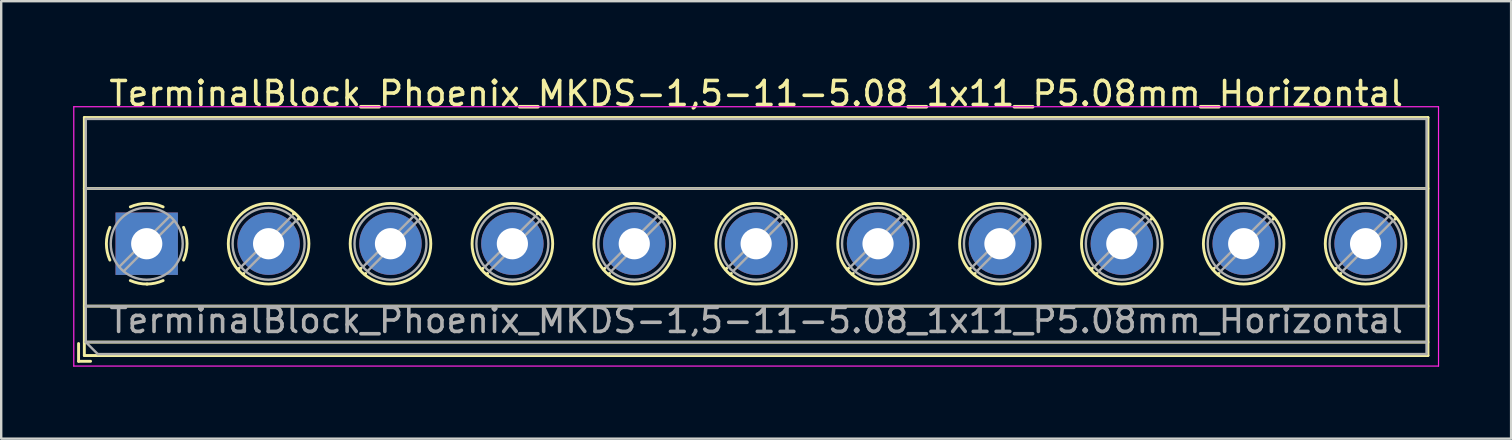
<source format=kicad_pcb>
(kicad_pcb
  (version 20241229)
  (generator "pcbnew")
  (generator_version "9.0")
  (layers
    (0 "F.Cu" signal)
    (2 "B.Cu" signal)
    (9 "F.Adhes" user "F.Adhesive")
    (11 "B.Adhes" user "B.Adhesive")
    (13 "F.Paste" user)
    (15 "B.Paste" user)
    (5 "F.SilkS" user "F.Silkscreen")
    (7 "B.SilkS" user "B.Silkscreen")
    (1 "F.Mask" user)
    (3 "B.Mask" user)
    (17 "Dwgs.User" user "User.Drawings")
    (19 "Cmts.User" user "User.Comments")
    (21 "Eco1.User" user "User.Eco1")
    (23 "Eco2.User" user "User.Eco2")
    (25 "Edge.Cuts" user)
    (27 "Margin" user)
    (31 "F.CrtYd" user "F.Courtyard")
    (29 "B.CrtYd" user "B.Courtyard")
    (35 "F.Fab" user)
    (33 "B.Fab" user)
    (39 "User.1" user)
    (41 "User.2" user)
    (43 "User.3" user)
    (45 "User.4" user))
  (footprint "TerminalBlock_Phoenix_MKDS-1,5-11-5.08_1x11_P5.08mm_Horizontal"
    (layer "F.Cu")
    (at 3.065 7.108)
    (property "Reference" "TerminalBlock_Phoenix_MKDS-1,5-11-5.08_1x11_P5.08mm_Horizontal" (at 25.4 -6.26 0) (layer "F.SilkS") (effects (font (size 1 1) (thickness 0.15))))
    (attr through_hole)
    (fp_line (start -2.84 4.16) (end -2.84 4.9) (stroke (width 0.12) (type solid)) (layer "F.SilkS"))
    (fp_line (start -2.84 4.9) (end -2.34 4.9) (stroke (width 0.12) (type solid)) (layer "F.SilkS"))
    (fp_line (start -2.6 -5.261) (end -2.6 4.66) (stroke (width 0.12) (type solid)) (layer "F.SilkS"))
    (fp_line (start -2.6 -5.261) (end 53.4 -5.261) (stroke (width 0.12) (type solid)) (layer "F.SilkS"))
    (fp_line (start -2.6 -2.301) (end 53.4 -2.301) (stroke (width 0.12) (type solid)) (layer "F.SilkS"))
    (fp_line (start -2.6 2.6) (end 53.4 2.6) (stroke (width 0.12) (type solid)) (layer "F.SilkS"))
    (fp_line (start -2.6 4.1) (end 53.4 4.1) (stroke (width 0.12) (type solid)) (layer "F.SilkS"))
    (fp_line (start -2.6 4.66) (end 53.4 4.66) (stroke (width 0.12) (type solid)) (layer "F.SilkS"))
    (fp_line (start 3.853 1.023) (end 3.806 1.069) (stroke (width 0.12) (type solid)) (layer "F.SilkS"))
    (fp_line (start 4.046 1.239) (end 4.011 1.274) (stroke (width 0.12) (type solid)) (layer "F.SilkS"))
    (fp_line (start 6.15 -1.275) (end 6.115 -1.239) (stroke (width 0.12) (type solid)) (layer "F.SilkS"))
    (fp_line (start 6.355 -1.069) (end 6.308 -1.023) (stroke (width 0.12) (type solid)) (layer "F.SilkS"))
    (fp_line (start 8.933 1.023) (end 8.886 1.069) (stroke (width 0.12) (type solid)) (layer "F.SilkS"))
    (fp_line (start 9.126 1.239) (end 9.091 1.274) (stroke (width 0.12) (type solid)) (layer "F.SilkS"))
    (fp_line (start 11.23 -1.275) (end 11.195 -1.239) (stroke (width 0.12) (type solid)) (layer "F.SilkS"))
    (fp_line (start 11.435 -1.069) (end 11.388 -1.023) (stroke (width 0.12) (type solid)) (layer "F.SilkS"))
    (fp_line (start 14.013 1.023) (end 13.966 1.069) (stroke (width 0.12) (type solid)) (layer "F.SilkS"))
    (fp_line (start 14.206 1.239) (end 14.171 1.274) (stroke (width 0.12) (type solid)) (layer "F.SilkS"))
    (fp_line (start 16.31 -1.275) (end 16.275 -1.239) (stroke (width 0.12) (type solid)) (layer "F.SilkS"))
    (fp_line (start 16.515 -1.069) (end 16.468 -1.023) (stroke (width 0.12) (type solid)) (layer "F.SilkS"))
    (fp_line (start 19.093 1.023) (end 19.046 1.069) (stroke (width 0.12) (type solid)) (layer "F.SilkS"))
    (fp_line (start 19.286 1.239) (end 19.251 1.274) (stroke (width 0.12) (type solid)) (layer "F.SilkS"))
    (fp_line (start 21.39 -1.275) (end 21.355 -1.239) (stroke (width 0.12) (type solid)) (layer "F.SilkS"))
    (fp_line (start 21.595 -1.069) (end 21.548 -1.023) (stroke (width 0.12) (type solid)) (layer "F.SilkS"))
    (fp_line (start 24.173 1.023) (end 24.126 1.069) (stroke (width 0.12) (type solid)) (layer "F.SilkS"))
    (fp_line (start 24.366 1.239) (end 24.331 1.274) (stroke (width 0.12) (type solid)) (layer "F.SilkS"))
    (fp_line (start 26.47 -1.275) (end 26.435 -1.239) (stroke (width 0.12) (type solid)) (layer "F.SilkS"))
    (fp_line (start 26.675 -1.069) (end 26.628 -1.023) (stroke (width 0.12) (type solid)) (layer "F.SilkS"))
    (fp_line (start 29.253 1.023) (end 29.206 1.069) (stroke (width 0.12) (type solid)) (layer "F.SilkS"))
    (fp_line (start 29.446 1.239) (end 29.411 1.274) (stroke (width 0.12) (type solid)) (layer "F.SilkS"))
    (fp_line (start 31.55 -1.275) (end 31.515 -1.239) (stroke (width 0.12) (type solid)) (layer "F.SilkS"))
    (fp_line (start 31.755 -1.069) (end 31.708 -1.023) (stroke (width 0.12) (type solid)) (layer "F.SilkS"))
    (fp_line (start 34.333 1.023) (end 34.286 1.069) (stroke (width 0.12) (type solid)) (layer "F.SilkS"))
    (fp_line (start 34.526 1.239) (end 34.491 1.274) (stroke (width 0.12) (type solid)) (layer "F.SilkS"))
    (fp_line (start 36.63 -1.275) (end 36.595 -1.239) (stroke (width 0.12) (type solid)) (layer "F.SilkS"))
    (fp_line (start 36.835 -1.069) (end 36.788 -1.023) (stroke (width 0.12) (type solid)) (layer "F.SilkS"))
    (fp_line (start 39.413 1.023) (end 39.366 1.069) (stroke (width 0.12) (type solid)) (layer "F.SilkS"))
    (fp_line (start 39.606 1.239) (end 39.571 1.274) (stroke (width 0.12) (type solid)) (layer "F.SilkS"))
    (fp_line (start 41.71 -1.275) (end 41.675 -1.239) (stroke (width 0.12) (type solid)) (layer "F.SilkS"))
    (fp_line (start 41.915 -1.069) (end 41.868 -1.023) (stroke (width 0.12) (type solid)) (layer "F.SilkS"))
    (fp_line (start 44.493 1.023) (end 44.446 1.069) (stroke (width 0.12) (type solid)) (layer "F.SilkS"))
    (fp_line (start 44.686 1.239) (end 44.651 1.274) (stroke (width 0.12) (type solid)) (layer "F.SilkS"))
    (fp_line (start 46.79 -1.275) (end 46.755 -1.239) (stroke (width 0.12) (type solid)) (layer "F.SilkS"))
    (fp_line (start 46.995 -1.069) (end 46.948 -1.023) (stroke (width 0.12) (type solid)) (layer "F.SilkS"))
    (fp_line (start 49.573 1.023) (end 49.526 1.069) (stroke (width 0.12) (type solid)) (layer "F.SilkS"))
    (fp_line (start 49.766 1.239) (end 49.731 1.274) (stroke (width 0.12) (type solid)) (layer "F.SilkS"))
    (fp_line (start 51.87 -1.275) (end 51.835 -1.239) (stroke (width 0.12) (type solid)) (layer "F.SilkS"))
    (fp_line (start 52.075 -1.069) (end 52.028 -1.023) (stroke (width 0.12) (type solid)) (layer "F.SilkS"))
    (fp_line (start 53.4 -5.261) (end 53.4 4.66) (stroke (width 0.12) (type solid)) (layer "F.SilkS"))
    (fp_arc (start -1.535427 0.683042) (mid -1.680501 -0.000524) (end -1.535 -0.684) (stroke (width 0.12) (type solid)) (layer "F.SilkS"))
    (fp_arc (start -0.683042 -1.535427) (mid 0.000524 -1.680501) (end 0.684 -1.535) (stroke (width 0.12) (type solid)) (layer "F.SilkS"))
    (fp_arc (start 0.028805 1.680253) (mid -0.335551 1.646659) (end -0.684 1.535) (stroke (width 0.12) (type solid)) (layer "F.SilkS"))
    (fp_arc (start 0.683318 1.534756) (mid 0.349292 1.643288) (end 0 1.68) (stroke (width 0.12) (type solid)) (layer "F.SilkS"))
    (fp_arc (start 1.535427 -0.683042) (mid 1.680501 0.000524) (end 1.535 0.684) (stroke (width 0.12) (type solid)) (layer "F.SilkS"))
    (fp_circle (center 5.08 0) (end 6.76 0) (stroke (width 0.12) (type solid)) (fill no) (layer "F.SilkS"))
    (fp_circle (center 10.16 0) (end 11.84 0) (stroke (width 0.12) (type solid)) (fill no) (layer "F.SilkS"))
    (fp_circle (center 15.24 0) (end 16.92 0) (stroke (width 0.12) (type solid)) (fill no) (layer "F.SilkS"))
    (fp_circle (center 20.32 0) (end 22 0) (stroke (width 0.12) (type solid)) (fill no) (layer "F.SilkS"))
    (fp_circle (center 25.4 0) (end 27.08 0) (stroke (width 0.12) (type solid)) (fill no) (layer "F.SilkS"))
    (fp_circle (center 30.48 0) (end 32.16 0) (stroke (width 0.12) (type solid)) (fill no) (layer "F.SilkS"))
    (fp_circle (center 35.56 0) (end 37.24 0) (stroke (width 0.12) (type solid)) (fill no) (layer "F.SilkS"))
    (fp_circle (center 40.64 0) (end 42.32 0) (stroke (width 0.12) (type solid)) (fill no) (layer "F.SilkS"))
    (fp_circle (center 45.72 0) (end 47.4 0) (stroke (width 0.12) (type solid)) (fill no) (layer "F.SilkS"))
    (fp_circle (center 50.8 0) (end 52.48 0) (stroke (width 0.12) (type solid)) (fill no) (layer "F.SilkS"))
    (fp_line (start -3.04 -5.71) (end -3.04 5.1) (stroke (width 0.05) (type solid)) (layer "F.CrtYd"))
    (fp_line (start -3.04 5.1) (end 53.84 5.1) (stroke (width 0.05) (type solid)) (layer "F.CrtYd"))
    (fp_line (start 53.84 -5.71) (end -3.04 -5.71) (stroke (width 0.05) (type solid)) (layer "F.CrtYd"))
    (fp_line (start 53.84 5.1) (end 53.84 -5.71) (stroke (width 0.05) (type solid)) (layer "F.CrtYd"))
    (fp_line (start -2.54 -5.2) (end 53.34 -5.2) (stroke (width 0.1) (type solid)) (layer "F.Fab"))
    (fp_line (start -2.54 -2.3) (end 53.34 -2.3) (stroke (width 0.1) (type solid)) (layer "F.Fab"))
    (fp_line (start -2.54 2.6) (end 53.34 2.6) (stroke (width 0.1) (type solid)) (layer "F.Fab"))
    (fp_line (start -2.54 4.1) (end -2.54 -5.2) (stroke (width 0.1) (type solid)) (layer "F.Fab"))
    (fp_line (start -2.54 4.1) (end 53.34 4.1) (stroke (width 0.1) (type solid)) (layer "F.Fab"))
    (fp_line (start -2.04 4.6) (end -2.54 4.1) (stroke (width 0.1) (type solid)) (layer "F.Fab"))
    (fp_line (start 0.955 -1.138) (end -1.138 0.955) (stroke (width 0.1) (type solid)) (layer "F.Fab"))
    (fp_line (start 1.138 -0.955) (end -0.955 1.138) (stroke (width 0.1) (type solid)) (layer "F.Fab"))
    (fp_line (start 6.035 -1.138) (end 3.943 0.955) (stroke (width 0.1) (type solid)) (layer "F.Fab"))
    (fp_line (start 6.218 -0.955) (end 4.126 1.138) (stroke (width 0.1) (type solid)) (layer "F.Fab"))
    (fp_line (start 11.115 -1.138) (end 9.023 0.955) (stroke (width 0.1) (type solid)) (layer "F.Fab"))
    (fp_line (start 11.298 -0.955) (end 9.206 1.138) (stroke (width 0.1) (type solid)) (layer "F.Fab"))
    (fp_line (start 16.195 -1.138) (end 14.103 0.955) (stroke (width 0.1) (type solid)) (layer "F.Fab"))
    (fp_line (start 16.378 -0.955) (end 14.286 1.138) (stroke (width 0.1) (type solid)) (layer "F.Fab"))
    (fp_line (start 21.275 -1.138) (end 19.183 0.955) (stroke (width 0.1) (type solid)) (layer "F.Fab"))
    (fp_line (start 21.458 -0.955) (end 19.366 1.138) (stroke (width 0.1) (type solid)) (layer "F.Fab"))
    (fp_line (start 26.355 -1.138) (end 24.263 0.955) (stroke (width 0.1) (type solid)) (layer "F.Fab"))
    (fp_line (start 26.538 -0.955) (end 24.446 1.138) (stroke (width 0.1) (type solid)) (layer "F.Fab"))
    (fp_line (start 31.435 -1.138) (end 29.343 0.955) (stroke (width 0.1) (type solid)) (layer "F.Fab"))
    (fp_line (start 31.618 -0.955) (end 29.526 1.138) (stroke (width 0.1) (type solid)) (layer "F.Fab"))
    (fp_line (start 36.515 -1.138) (end 34.423 0.955) (stroke (width 0.1) (type solid)) (layer "F.Fab"))
    (fp_line (start 36.698 -0.955) (end 34.606 1.138) (stroke (width 0.1) (type solid)) (layer "F.Fab"))
    (fp_line (start 41.595 -1.138) (end 39.503 0.955) (stroke (width 0.1) (type solid)) (layer "F.Fab"))
    (fp_line (start 41.778 -0.955) (end 39.686 1.138) (stroke (width 0.1) (type solid)) (layer "F.Fab"))
    (fp_line (start 46.675 -1.138) (end 44.583 0.955) (stroke (width 0.1) (type solid)) (layer "F.Fab"))
    (fp_line (start 46.858 -0.955) (end 44.766 1.138) (stroke (width 0.1) (type solid)) (layer "F.Fab"))
    (fp_line (start 51.755 -1.138) (end 49.663 0.955) (stroke (width 0.1) (type solid)) (layer "F.Fab"))
    (fp_line (start 51.938 -0.955) (end 49.846 1.138) (stroke (width 0.1) (type solid)) (layer "F.Fab"))
    (fp_line (start 53.34 -5.2) (end 53.34 4.6) (stroke (width 0.1) (type solid)) (layer "F.Fab"))
    (fp_line (start 53.34 4.6) (end -2.04 4.6) (stroke (width 0.1) (type solid)) (layer "F.Fab"))
    (fp_circle (center 0 0) (end 1.5 0) (stroke (width 0.1) (type solid)) (fill no) (layer "F.Fab"))
    (fp_circle (center 5.08 0) (end 6.58 0) (stroke (width 0.1) (type solid)) (fill no) (layer "F.Fab"))
    (fp_circle (center 10.16 0) (end 11.66 0) (stroke (width 0.1) (type solid)) (fill no) (layer "F.Fab"))
    (fp_circle (center 15.24 0) (end 16.74 0) (stroke (width 0.1) (type solid)) (fill no) (layer "F.Fab"))
    (fp_circle (center 20.32 0) (end 21.82 0) (stroke (width 0.1) (type solid)) (fill no) (layer "F.Fab"))
    (fp_circle (center 25.4 0) (end 26.9 0) (stroke (width 0.1) (type solid)) (fill no) (layer "F.Fab"))
    (fp_circle (center 30.48 0) (end 31.98 0) (stroke (width 0.1) (type solid)) (fill no) (layer "F.Fab"))
    (fp_circle (center 35.56 0) (end 37.06 0) (stroke (width 0.1) (type solid)) (fill no) (layer "F.Fab"))
    (fp_circle (center 40.64 0) (end 42.14 0) (stroke (width 0.1) (type solid)) (fill no) (layer "F.Fab"))
    (fp_circle (center 45.72 0) (end 47.22 0) (stroke (width 0.1) (type solid)) (fill no) (layer "F.Fab"))
    (fp_circle (center 50.8 0) (end 52.3 0) (stroke (width 0.1) (type solid)) (fill no) (layer "F.Fab"))
    (fp_text user "${REFERENCE}" (at 25.4 3.2 0) (layer "F.Fab") (effects (font (size 1 1) (thickness 0.15))))
    (pad "1" thru_hole rect (at 0 0) (size 2.6 2.6) (drill 1.3) (layers "*.Cu" "*.Mask"))
    (pad "2" thru_hole circle (at 5.08 0) (size 2.6 2.6) (drill 1.3) (layers "*.Cu" "*.Mask"))
    (pad "3" thru_hole circle (at 10.16 0) (size 2.6 2.6) (drill 1.3) (layers "*.Cu" "*.Mask"))
    (pad "4" thru_hole circle (at 15.24 0) (size 2.6 2.6) (drill 1.3) (layers "*.Cu" "*.Mask"))
    (pad "5" thru_hole circle (at 20.32 0) (size 2.6 2.6) (drill 1.3) (layers "*.Cu" "*.Mask"))
    (pad "6" thru_hole circle (at 25.4 0) (size 2.6 2.6) (drill 1.3) (layers "*.Cu" "*.Mask"))
    (pad "7" thru_hole circle (at 30.48 0) (size 2.6 2.6) (drill 1.3) (layers "*.Cu" "*.Mask"))
    (pad "8" thru_hole circle (at 35.56 0) (size 2.6 2.6) (drill 1.3) (layers "*.Cu" "*.Mask"))
    (pad "9" thru_hole circle (at 40.64 0) (size 2.6 2.6) (drill 1.3) (layers "*.Cu" "*.Mask"))
    (pad "10" thru_hole circle (at 45.72 0) (size 2.6 2.6) (drill 1.3) (layers "*.Cu" "*.Mask"))
    (pad "11" thru_hole circle (at 50.8 0) (size 2.6 2.6) (drill 1.3) (layers "*.Cu" "*.Mask")))
  (gr_rect
    (start -3 -3)
    (end 59.93 15.233)
    (stroke (width 0.1) (type default))
    (fill no)
    (layer "Edge.Cuts")))
</source>
